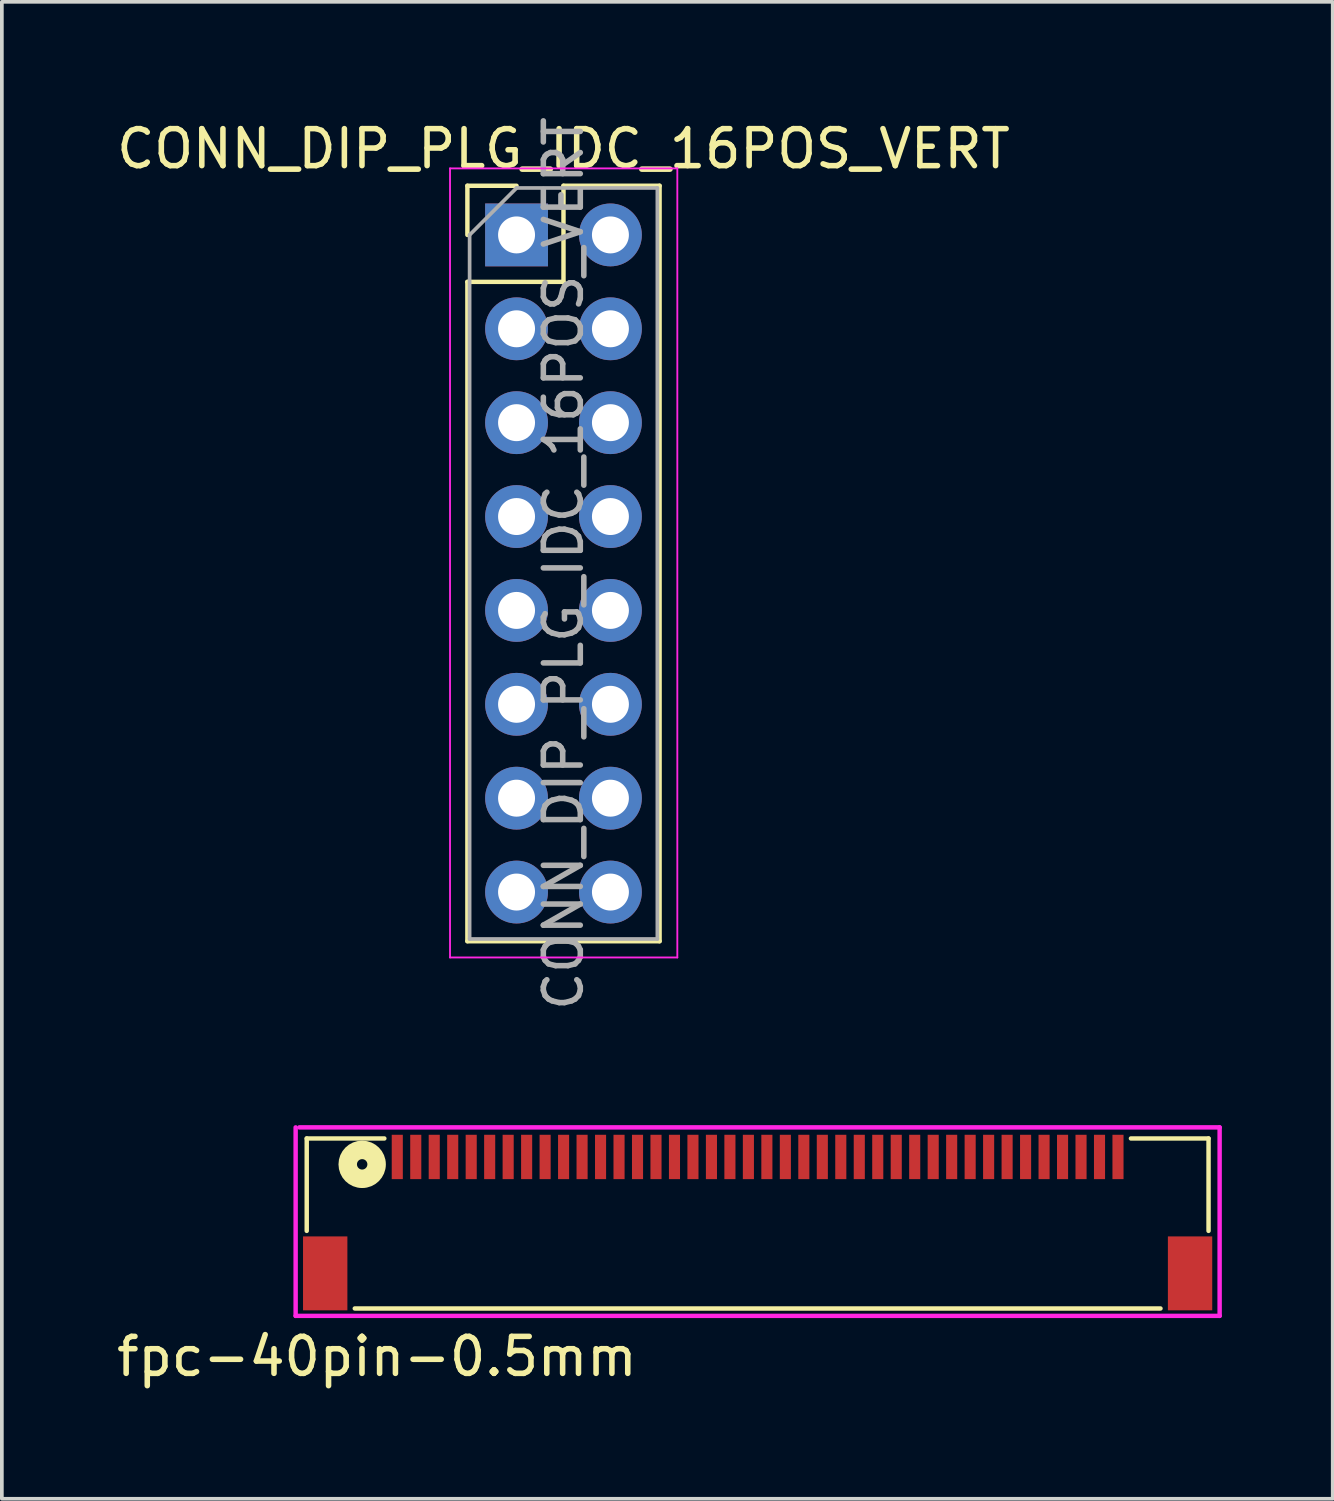
<source format=kicad_pcb>
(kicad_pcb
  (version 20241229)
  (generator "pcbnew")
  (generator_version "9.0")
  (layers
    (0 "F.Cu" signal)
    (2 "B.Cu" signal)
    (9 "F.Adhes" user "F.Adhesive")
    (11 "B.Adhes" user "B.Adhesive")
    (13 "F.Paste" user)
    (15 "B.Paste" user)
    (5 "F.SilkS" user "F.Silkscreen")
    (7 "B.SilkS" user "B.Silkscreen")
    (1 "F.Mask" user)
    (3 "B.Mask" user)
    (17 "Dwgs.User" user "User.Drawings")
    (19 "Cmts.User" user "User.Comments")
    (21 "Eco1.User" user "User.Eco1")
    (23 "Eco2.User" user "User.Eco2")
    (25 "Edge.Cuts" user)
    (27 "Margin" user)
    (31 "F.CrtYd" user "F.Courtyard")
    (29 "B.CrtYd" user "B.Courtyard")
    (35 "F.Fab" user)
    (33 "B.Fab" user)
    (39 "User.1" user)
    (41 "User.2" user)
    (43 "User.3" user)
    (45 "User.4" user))
  (footprint "fpc-40pin-0.5mm"
    (layer "F.Cu")
    (at 17.449 28.253)
    (property "Reference" "fpc-40pin-0.5mm" (at -10.3 5.4 0) (layer "F.SilkS") (effects (font (size 1 1) (thickness 0.15))))
    (attr through_hole)
    (fp_line (start -12.2 -0.5) (end -10.1 -0.5) (stroke (width 0.12) (type solid)) (layer "F.SilkS"))
    (fp_line (start -12.2 2) (end -12.2 -0.5) (stroke (width 0.12) (type solid)) (layer "F.SilkS"))
    (fp_line (start -10.9 4.1) (end 10.9 4.1) (stroke (width 0.12) (type solid)) (layer "F.SilkS"))
    (fp_line (start 12.2 -0.5) (end 10.1 -0.5) (stroke (width 0.12) (type solid)) (layer "F.SilkS"))
    (fp_line (start 12.2 2) (end 12.2 -0.5) (stroke (width 0.12) (type solid)) (layer "F.SilkS"))
    (fp_circle (center -10.7 0.2) (end -10.559 0.2) (stroke (width 0.5) (type solid)) (fill no) (layer "F.SilkS"))
    (fp_line (start -12.5 4.3) (end -12.5 -0.8) (stroke (width 0.12) (type solid)) (layer "F.CrtYd"))
    (fp_line (start -12.4 -0.8) (end 12.5 -0.8) (stroke (width 0.12) (type solid)) (layer "F.CrtYd"))
    (fp_line (start 12.5 -0.8) (end 12.5 4.3) (stroke (width 0.12) (type solid)) (layer "F.CrtYd"))
    (fp_line (start 12.5 4.3) (end -12.5 4.3) (stroke (width 0.12) (type solid)) (layer "F.CrtYd"))
    (pad "" smd rect (at -11.7 3.15) (size 1.2 2) (layers "F.Cu" "F.Mask" "F.Paste"))
    (pad "" smd rect (at 11.7 3.15) (size 1.2 2) (layers "F.Cu" "F.Mask" "F.Paste"))
    (pad "1" smd rect (at -9.75 0) (size 0.3 1.2) (layers "F.Cu" "F.Mask" "F.Paste"))
    (pad "2" smd rect (at -9.25 0) (size 0.3 1.2) (layers "F.Cu" "F.Mask" "F.Paste"))
    (pad "3" smd rect (at -8.75 0) (size 0.3 1.2) (layers "F.Cu" "F.Mask" "F.Paste"))
    (pad "4" smd rect (at -8.25 0) (size 0.3 1.2) (layers "F.Cu" "F.Mask" "F.Paste"))
    (pad "5" smd rect (at -7.75 0) (size 0.3 1.2) (layers "F.Cu" "F.Mask" "F.Paste"))
    (pad "6" smd rect (at -7.25 0) (size 0.3 1.2) (layers "F.Cu" "F.Mask" "F.Paste"))
    (pad "7" smd rect (at -6.75 0) (size 0.3 1.2) (layers "F.Cu" "F.Mask" "F.Paste"))
    (pad "8" smd rect (at -6.25 0) (size 0.3 1.2) (layers "F.Cu" "F.Mask" "F.Paste"))
    (pad "9" smd rect (at -5.75 0) (size 0.3 1.2) (layers "F.Cu" "F.Mask" "F.Paste"))
    (pad "10" smd rect (at -5.25 0) (size 0.3 1.2) (layers "F.Cu" "F.Mask" "F.Paste"))
    (pad "11" smd rect (at -4.75 0) (size 0.3 1.2) (layers "F.Cu" "F.Mask" "F.Paste"))
    (pad "12" smd rect (at -4.25 0) (size 0.3 1.2) (layers "F.Cu" "F.Mask" "F.Paste"))
    (pad "13" smd rect (at -3.75 0) (size 0.3 1.2) (layers "F.Cu" "F.Mask" "F.Paste"))
    (pad "14" smd rect (at -3.25 0) (size 0.3 1.2) (layers "F.Cu" "F.Mask" "F.Paste"))
    (pad "15" smd rect (at -2.75 0) (size 0.3 1.2) (layers "F.Cu" "F.Mask" "F.Paste"))
    (pad "16" smd rect (at -2.25 0) (size 0.3 1.2) (layers "F.Cu" "F.Mask" "F.Paste"))
    (pad "17" smd rect (at -1.75 0) (size 0.3 1.2) (layers "F.Cu" "F.Mask" "F.Paste"))
    (pad "18" smd rect (at -1.25 0) (size 0.3 1.2) (layers "F.Cu" "F.Mask" "F.Paste"))
    (pad "19" smd rect (at -0.75 0) (size 0.3 1.2) (layers "F.Cu" "F.Mask" "F.Paste"))
    (pad "20" smd rect (at -0.25 0) (size 0.3 1.2) (layers "F.Cu" "F.Mask" "F.Paste"))
    (pad "21" smd rect (at 0.25 0) (size 0.3 1.2) (layers "F.Cu" "F.Mask" "F.Paste"))
    (pad "22" smd rect (at 0.75 0) (size 0.3 1.2) (layers "F.Cu" "F.Mask" "F.Paste"))
    (pad "23" smd rect (at 1.25 0) (size 0.3 1.2) (layers "F.Cu" "F.Mask" "F.Paste"))
    (pad "24" smd rect (at 1.75 0) (size 0.3 1.2) (layers "F.Cu" "F.Mask" "F.Paste"))
    (pad "25" smd rect (at 2.25 0) (size 0.3 1.2) (layers "F.Cu" "F.Mask" "F.Paste"))
    (pad "26" smd rect (at 2.75 0) (size 0.3 1.2) (layers "F.Cu" "F.Mask" "F.Paste"))
    (pad "27" smd rect (at 3.25 0) (size 0.3 1.2) (layers "F.Cu" "F.Mask" "F.Paste"))
    (pad "28" smd rect (at 3.75 0) (size 0.3 1.2) (layers "F.Cu" "F.Mask" "F.Paste"))
    (pad "29" smd rect (at 4.25 0) (size 0.3 1.2) (layers "F.Cu" "F.Mask" "F.Paste"))
    (pad "30" smd rect (at 4.75 0) (size 0.3 1.2) (layers "F.Cu" "F.Mask" "F.Paste"))
    (pad "31" smd rect (at 5.25 0) (size 0.3 1.2) (layers "F.Cu" "F.Mask" "F.Paste"))
    (pad "32" smd rect (at 5.75 0) (size 0.3 1.2) (layers "F.Cu" "F.Mask" "F.Paste"))
    (pad "33" smd rect (at 6.25 0) (size 0.3 1.2) (layers "F.Cu" "F.Mask" "F.Paste"))
    (pad "34" smd rect (at 6.75 0) (size 0.3 1.2) (layers "F.Cu" "F.Mask" "F.Paste"))
    (pad "35" smd rect (at 7.25 0) (size 0.3 1.2) (layers "F.Cu" "F.Mask" "F.Paste"))
    (pad "36" smd rect (at 7.75 0) (size 0.3 1.2) (layers "F.Cu" "F.Mask" "F.Paste"))
    (pad "37" smd rect (at 8.25 0) (size 0.3 1.2) (layers "F.Cu" "F.Mask" "F.Paste"))
    (pad "38" smd rect (at 8.75 0) (size 0.3 1.2) (layers "F.Cu" "F.Mask" "F.Paste"))
    (pad "39" smd rect (at 9.25 0) (size 0.3 1.2) (layers "F.Cu" "F.Mask" "F.Paste"))
    (pad "40" smd rect (at 9.75 0) (size 0.3 1.2) (layers "F.Cu" "F.Mask" "F.Paste")))
  (footprint "CONN_DIP_PLG_IDC_16POS_VERT"
    (layer "F.Cu")
    (at 10.926 3.306)
    (property "Reference" "CONN_DIP_PLG_IDC_16POS_VERT" (at 1.27 -2.33 0) (layer "F.SilkS") (effects (font (size 1 1) (thickness 0.15))))
    (attr through_hole)
    (fp_line (start -1.33 -1.33) (end 0 -1.33) (stroke (width 0.12) (type solid)) (layer "F.SilkS"))
    (fp_line (start -1.33 0) (end -1.33 -1.33) (stroke (width 0.12) (type solid)) (layer "F.SilkS"))
    (fp_line (start -1.33 1.27) (end -1.33 19.11) (stroke (width 0.12) (type solid)) (layer "F.SilkS"))
    (fp_line (start -1.33 1.27) (end 1.27 1.27) (stroke (width 0.12) (type solid)) (layer "F.SilkS"))
    (fp_line (start -1.33 19.11) (end 3.87 19.11) (stroke (width 0.12) (type solid)) (layer "F.SilkS"))
    (fp_line (start 1.27 -1.33) (end 3.87 -1.33) (stroke (width 0.12) (type solid)) (layer "F.SilkS"))
    (fp_line (start 1.27 1.27) (end 1.27 -1.33) (stroke (width 0.12) (type solid)) (layer "F.SilkS"))
    (fp_line (start 3.87 -1.33) (end 3.87 19.11) (stroke (width 0.12) (type solid)) (layer "F.SilkS"))
    (fp_line (start -1.8 -1.8) (end -1.8 19.55) (stroke (width 0.05) (type solid)) (layer "F.CrtYd"))
    (fp_line (start -1.8 19.55) (end 4.35 19.55) (stroke (width 0.05) (type solid)) (layer "F.CrtYd"))
    (fp_line (start 4.35 -1.8) (end -1.8 -1.8) (stroke (width 0.05) (type solid)) (layer "F.CrtYd"))
    (fp_line (start 4.35 19.55) (end 4.35 -1.8) (stroke (width 0.05) (type solid)) (layer "F.CrtYd"))
    (fp_line (start -1.27 0) (end 0 -1.27) (stroke (width 0.1) (type solid)) (layer "F.Fab"))
    (fp_line (start -1.27 19.05) (end -1.27 0) (stroke (width 0.1) (type solid)) (layer "F.Fab"))
    (fp_line (start 0 -1.27) (end 3.81 -1.27) (stroke (width 0.1) (type solid)) (layer "F.Fab"))
    (fp_line (start 3.81 -1.27) (end 3.81 19.05) (stroke (width 0.1) (type solid)) (layer "F.Fab"))
    (fp_line (start 3.81 19.05) (end -1.27 19.05) (stroke (width 0.1) (type solid)) (layer "F.Fab"))
    (fp_text user "${REFERENCE}" (at 1.27 8.89 90) (layer "F.Fab") (effects (font (size 1 1) (thickness 0.15))))
    (pad "1" thru_hole rect (at 0 0) (size 1.7 1.7) (drill 1) (layers "*.Cu" "*.Mask"))
    (pad "2" thru_hole oval (at 2.54 0) (size 1.7 1.7) (drill 1) (layers "*.Cu" "*.Mask"))
    (pad "3" thru_hole oval (at 0 2.54) (size 1.7 1.7) (drill 1) (layers "*.Cu" "*.Mask"))
    (pad "4" thru_hole oval (at 2.54 2.54) (size 1.7 1.7) (drill 1) (layers "*.Cu" "*.Mask"))
    (pad "5" thru_hole oval (at 0 5.08) (size 1.7 1.7) (drill 1) (layers "*.Cu" "*.Mask"))
    (pad "6" thru_hole oval (at 2.54 5.08) (size 1.7 1.7) (drill 1) (layers "*.Cu" "*.Mask"))
    (pad "7" thru_hole oval (at 0 7.62) (size 1.7 1.7) (drill 1) (layers "*.Cu" "*.Mask"))
    (pad "8" thru_hole oval (at 2.54 7.62) (size 1.7 1.7) (drill 1) (layers "*.Cu" "*.Mask"))
    (pad "9" thru_hole oval (at 0 10.16) (size 1.7 1.7) (drill 1) (layers "*.Cu" "*.Mask"))
    (pad "10" thru_hole oval (at 2.54 10.16) (size 1.7 1.7) (drill 1) (layers "*.Cu" "*.Mask"))
    (pad "11" thru_hole oval (at 0 12.7) (size 1.7 1.7) (drill 1) (layers "*.Cu" "*.Mask"))
    (pad "12" thru_hole oval (at 2.54 12.7) (size 1.7 1.7) (drill 1) (layers "*.Cu" "*.Mask"))
    (pad "13" thru_hole oval (at 0 15.24) (size 1.7 1.7) (drill 1) (layers "*.Cu" "*.Mask"))
    (pad "14" thru_hole oval (at 2.54 15.24) (size 1.7 1.7) (drill 1) (layers "*.Cu" "*.Mask"))
    (pad "15" thru_hole oval (at 0 17.78) (size 1.7 1.7) (drill 1) (layers "*.Cu" "*.Mask"))
    (pad "16" thru_hole oval (at 2.54 17.78) (size 1.7 1.7) (drill 1) (layers "*.Cu" "*.Mask")))
  (gr_rect
    (start -3 -3)
    (end 33.009 37.501)
    (stroke (width 0.1) (type default))
    (fill no)
    (layer "Edge.Cuts")))
</source>
